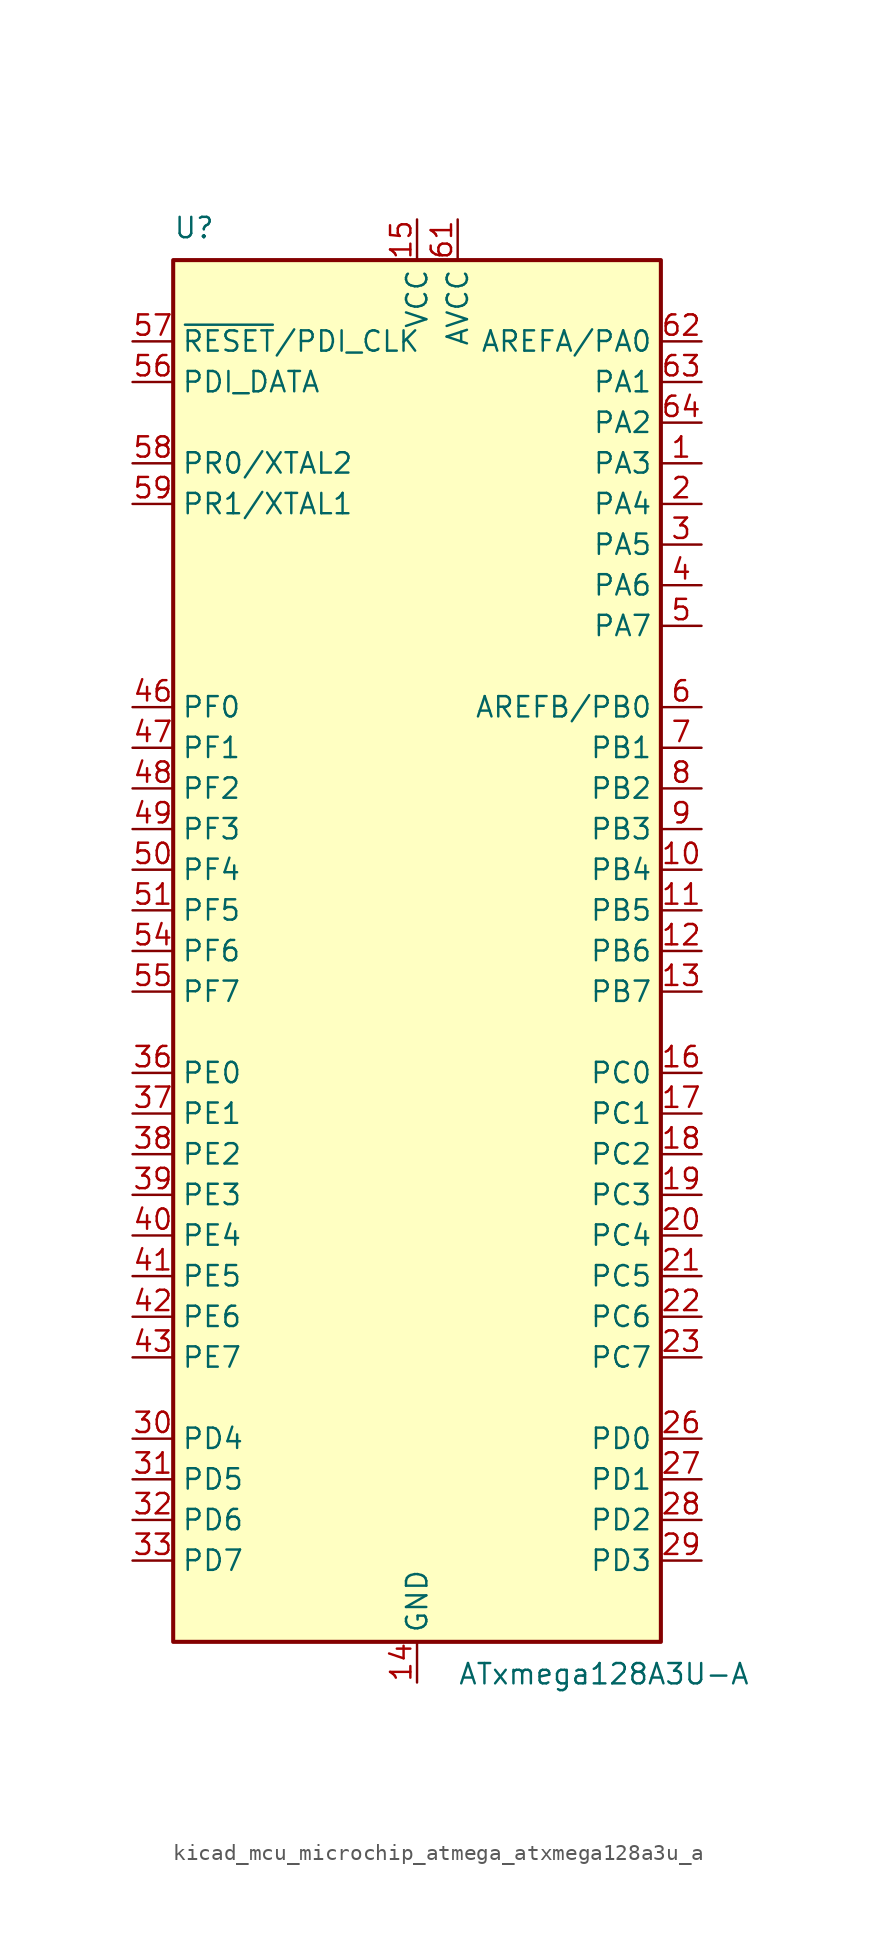
<source format=kicad_sym>
(kicad_symbol_lib
  (version 20220914)
  (generator kicad_symbol_editor)
  (symbol "kicad_mcu_microchip_atmega_atxmega128a3u_a"
    (property "Reference" "U"
      (at -15.24 44.45 0)
      (effects (font (size 1.27 1.27)) (justify left bottom)))
    (property "Value" "ATxmega128A3U-A"
      (at 2.54 -44.45 0)
      (effects (font (size 1.27 1.27)) (justify left top)))
    (symbol "kicad_mcu_microchip_atmega_atxmega128a3u_a_0_1"
      (rectangle (start -15.24 -43.18) (end 15.24 43.18) (stroke (width 0.254) (type default)) (fill (type background))))
    (symbol "kicad_mcu_microchip_atmega_atxmega128a3u_a_1_1"
      (pin bidirectional line (at 17.78 30.48 180) (length 2.54) (name "PA3" (effects (font (size 1.27 1.27)))) (number "1" (effects (font (size 1.27 1.27)))))
      (pin bidirectional line (at 17.78 5.08 180) (length 2.54) (name "PB4" (effects (font (size 1.27 1.27)))) (number "10" (effects (font (size 1.27 1.27)))))
      (pin bidirectional line (at 17.78 2.54 180) (length 2.54) (name "PB5" (effects (font (size 1.27 1.27)))) (number "11" (effects (font (size 1.27 1.27)))))
      (pin bidirectional line (at 17.78 0 180) (length 2.54) (name "PB6" (effects (font (size 1.27 1.27)))) (number "12" (effects (font (size 1.27 1.27)))))
      (pin bidirectional line (at 17.78 -2.54 180) (length 2.54) (name "PB7" (effects (font (size 1.27 1.27)))) (number "13" (effects (font (size 1.27 1.27)))))
      (pin power_in line (at 0 -45.72 90) (length 2.54) (name "GND" (effects (font (size 1.27 1.27)))) (number "14" (effects (font (size 1.27 1.27)))))
      (pin power_in line (at 0 45.72 270) (length 2.54) (name "VCC" (effects (font (size 1.27 1.27)))) (number "15" (effects (font (size 1.27 1.27)))))
      (pin bidirectional line (at 17.78 -7.62 180) (length 2.54) (name "PC0" (effects (font (size 1.27 1.27)))) (number "16" (effects (font (size 1.27 1.27)))))
      (pin bidirectional line (at 17.78 -10.16 180) (length 2.54) (name "PC1" (effects (font (size 1.27 1.27)))) (number "17" (effects (font (size 1.27 1.27)))))
      (pin bidirectional line (at 17.78 -12.7 180) (length 2.54) (name "PC2" (effects (font (size 1.27 1.27)))) (number "18" (effects (font (size 1.27 1.27)))))
      (pin bidirectional line (at 17.78 -15.24 180) (length 2.54) (name "PC3" (effects (font (size 1.27 1.27)))) (number "19" (effects (font (size 1.27 1.27)))))
      (pin bidirectional line (at 17.78 27.94 180) (length 2.54) (name "PA4" (effects (font (size 1.27 1.27)))) (number "2" (effects (font (size 1.27 1.27)))))
      (pin bidirectional line (at 17.78 -17.78 180) (length 2.54) (name "PC4" (effects (font (size 1.27 1.27)))) (number "20" (effects (font (size 1.27 1.27)))))
      (pin bidirectional line (at 17.78 -20.32 180) (length 2.54) (name "PC5" (effects (font (size 1.27 1.27)))) (number "21" (effects (font (size 1.27 1.27)))))
      (pin bidirectional line (at 17.78 -22.86 180) (length 2.54) (name "PC6" (effects (font (size 1.27 1.27)))) (number "22" (effects (font (size 1.27 1.27)))))
      (pin bidirectional line (at 17.78 -25.4 180) (length 2.54) (name "PC7" (effects (font (size 1.27 1.27)))) (number "23" (effects (font (size 1.27 1.27)))))
      (pin passive line (at 0 -45.72 90) (length 2.54) hide (name "GND" (effects (font (size 1.27 1.27)))) (number "24" (effects (font (size 1.27 1.27)))))
      (pin passive line (at 0 45.72 270) (length 2.54) hide (name "VCC" (effects (font (size 1.27 1.27)))) (number "25" (effects (font (size 1.27 1.27)))))
      (pin bidirectional line (at 17.78 -30.48 180) (length 2.54) (name "PD0" (effects (font (size 1.27 1.27)))) (number "26" (effects (font (size 1.27 1.27)))))
      (pin bidirectional line (at 17.78 -33.02 180) (length 2.54) (name "PD1" (effects (font (size 1.27 1.27)))) (number "27" (effects (font (size 1.27 1.27)))))
      (pin bidirectional line (at 17.78 -35.56 180) (length 2.54) (name "PD2" (effects (font (size 1.27 1.27)))) (number "28" (effects (font (size 1.27 1.27)))))
      (pin bidirectional line (at 17.78 -38.1 180) (length 2.54) (name "PD3" (effects (font (size 1.27 1.27)))) (number "29" (effects (font (size 1.27 1.27)))))
      (pin bidirectional line (at 17.78 25.4 180) (length 2.54) (name "PA5" (effects (font (size 1.27 1.27)))) (number "3" (effects (font (size 1.27 1.27)))))
      (pin bidirectional line (at -17.78 -30.48 0) (length 2.54) (name "PD4" (effects (font (size 1.27 1.27)))) (number "30" (effects (font (size 1.27 1.27)))))
      (pin bidirectional line (at -17.78 -33.02 0) (length 2.54) (name "PD5" (effects (font (size 1.27 1.27)))) (number "31" (effects (font (size 1.27 1.27)))))
      (pin bidirectional line (at -17.78 -35.56 0) (length 2.54) (name "PD6" (effects (font (size 1.27 1.27)))) (number "32" (effects (font (size 1.27 1.27)))))
      (pin bidirectional line (at -17.78 -38.1 0) (length 2.54) (name "PD7" (effects (font (size 1.27 1.27)))) (number "33" (effects (font (size 1.27 1.27)))))
      (pin passive line (at 0 -45.72 90) (length 2.54) hide (name "GND" (effects (font (size 1.27 1.27)))) (number "34" (effects (font (size 1.27 1.27)))))
      (pin passive line (at 0 45.72 270) (length 2.54) hide (name "VCC" (effects (font (size 1.27 1.27)))) (number "35" (effects (font (size 1.27 1.27)))))
      (pin bidirectional line (at -17.78 -7.62 0) (length 2.54) (name "PE0" (effects (font (size 1.27 1.27)))) (number "36" (effects (font (size 1.27 1.27)))))
      (pin bidirectional line (at -17.78 -10.16 0) (length 2.54) (name "PE1" (effects (font (size 1.27 1.27)))) (number "37" (effects (font (size 1.27 1.27)))))
      (pin bidirectional line (at -17.78 -12.7 0) (length 2.54) (name "PE2" (effects (font (size 1.27 1.27)))) (number "38" (effects (font (size 1.27 1.27)))))
      (pin bidirectional line (at -17.78 -15.24 0) (length 2.54) (name "PE3" (effects (font (size 1.27 1.27)))) (number "39" (effects (font (size 1.27 1.27)))))
      (pin bidirectional line (at 17.78 22.86 180) (length 2.54) (name "PA6" (effects (font (size 1.27 1.27)))) (number "4" (effects (font (size 1.27 1.27)))))
      (pin bidirectional line (at -17.78 -17.78 0) (length 2.54) (name "PE4" (effects (font (size 1.27 1.27)))) (number "40" (effects (font (size 1.27 1.27)))))
      (pin bidirectional line (at -17.78 -20.32 0) (length 2.54) (name "PE5" (effects (font (size 1.27 1.27)))) (number "41" (effects (font (size 1.27 1.27)))))
      (pin bidirectional line (at -17.78 -22.86 0) (length 2.54) (name "PE6" (effects (font (size 1.27 1.27)))) (number "42" (effects (font (size 1.27 1.27)))))
      (pin bidirectional line (at -17.78 -25.4 0) (length 2.54) (name "PE7" (effects (font (size 1.27 1.27)))) (number "43" (effects (font (size 1.27 1.27)))))
      (pin passive line (at 0 -45.72 90) (length 2.54) hide (name "GND" (effects (font (size 1.27 1.27)))) (number "44" (effects (font (size 1.27 1.27)))))
      (pin passive line (at 0 45.72 270) (length 2.54) hide (name "VCC" (effects (font (size 1.27 1.27)))) (number "45" (effects (font (size 1.27 1.27)))))
      (pin bidirectional line (at -17.78 15.24 0) (length 2.54) (name "PF0" (effects (font (size 1.27 1.27)))) (number "46" (effects (font (size 1.27 1.27)))))
      (pin bidirectional line (at -17.78 12.7 0) (length 2.54) (name "PF1" (effects (font (size 1.27 1.27)))) (number "47" (effects (font (size 1.27 1.27)))))
      (pin bidirectional line (at -17.78 10.16 0) (length 2.54) (name "PF2" (effects (font (size 1.27 1.27)))) (number "48" (effects (font (size 1.27 1.27)))))
      (pin bidirectional line (at -17.78 7.62 0) (length 2.54) (name "PF3" (effects (font (size 1.27 1.27)))) (number "49" (effects (font (size 1.27 1.27)))))
      (pin bidirectional line (at 17.78 20.32 180) (length 2.54) (name "PA7" (effects (font (size 1.27 1.27)))) (number "5" (effects (font (size 1.27 1.27)))))
      (pin bidirectional line (at -17.78 5.08 0) (length 2.54) (name "PF4" (effects (font (size 1.27 1.27)))) (number "50" (effects (font (size 1.27 1.27)))))
      (pin bidirectional line (at -17.78 2.54 0) (length 2.54) (name "PF5" (effects (font (size 1.27 1.27)))) (number "51" (effects (font (size 1.27 1.27)))))
      (pin passive line (at 0 -45.72 90) (length 2.54) hide (name "GND" (effects (font (size 1.27 1.27)))) (number "52" (effects (font (size 1.27 1.27)))))
      (pin passive line (at 0 45.72 270) (length 2.54) hide (name "VCC" (effects (font (size 1.27 1.27)))) (number "53" (effects (font (size 1.27 1.27)))))
      (pin bidirectional line (at -17.78 0 0) (length 2.54) (name "PF6" (effects (font (size 1.27 1.27)))) (number "54" (effects (font (size 1.27 1.27)))))
      (pin bidirectional line (at -17.78 -2.54 0) (length 2.54) (name "PF7" (effects (font (size 1.27 1.27)))) (number "55" (effects (font (size 1.27 1.27)))))
      (pin bidirectional line (at -17.78 35.56 0) (length 2.54) (name "PDI_DATA" (effects (font (size 1.27 1.27)))) (number "56" (effects (font (size 1.27 1.27)))))
      (pin input line (at -17.78 38.1 0) (length 2.54) (name "~{RESET}/PDI_CLK" (effects (font (size 1.27 1.27)))) (number "57" (effects (font (size 1.27 1.27)))))
      (pin bidirectional line (at -17.78 30.48 0) (length 2.54) (name "PR0/XTAL2" (effects (font (size 1.27 1.27)))) (number "58" (effects (font (size 1.27 1.27)))))
      (pin bidirectional line (at -17.78 27.94 0) (length 2.54) (name "PR1/XTAL1" (effects (font (size 1.27 1.27)))) (number "59" (effects (font (size 1.27 1.27)))))
      (pin bidirectional line (at 17.78 15.24 180) (length 2.54) (name "AREFB/PB0" (effects (font (size 1.27 1.27)))) (number "6" (effects (font (size 1.27 1.27)))))
      (pin passive line (at 0 -45.72 90) (length 2.54) hide (name "GND" (effects (font (size 1.27 1.27)))) (number "60" (effects (font (size 1.27 1.27)))))
      (pin power_in line (at 2.54 45.72 270) (length 2.54) (name "AVCC" (effects (font (size 1.27 1.27)))) (number "61" (effects (font (size 1.27 1.27)))))
      (pin bidirectional line (at 17.78 38.1 180) (length 2.54) (name "AREFA/PA0" (effects (font (size 1.27 1.27)))) (number "62" (effects (font (size 1.27 1.27)))))
      (pin bidirectional line (at 17.78 35.56 180) (length 2.54) (name "PA1" (effects (font (size 1.27 1.27)))) (number "63" (effects (font (size 1.27 1.27)))))
      (pin bidirectional line (at 17.78 33.02 180) (length 2.54) (name "PA2" (effects (font (size 1.27 1.27)))) (number "64" (effects (font (size 1.27 1.27)))))
      (pin bidirectional line (at 17.78 12.7 180) (length 2.54) (name "PB1" (effects (font (size 1.27 1.27)))) (number "7" (effects (font (size 1.27 1.27)))))
      (pin bidirectional line (at 17.78 10.16 180) (length 2.54) (name "PB2" (effects (font (size 1.27 1.27)))) (number "8" (effects (font (size 1.27 1.27)))))
      (pin bidirectional line (at 17.78 7.62 180) (length 2.54) (name "PB3" (effects (font (size 1.27 1.27)))) (number "9" (effects (font (size 1.27 1.27))))))))
</source>
